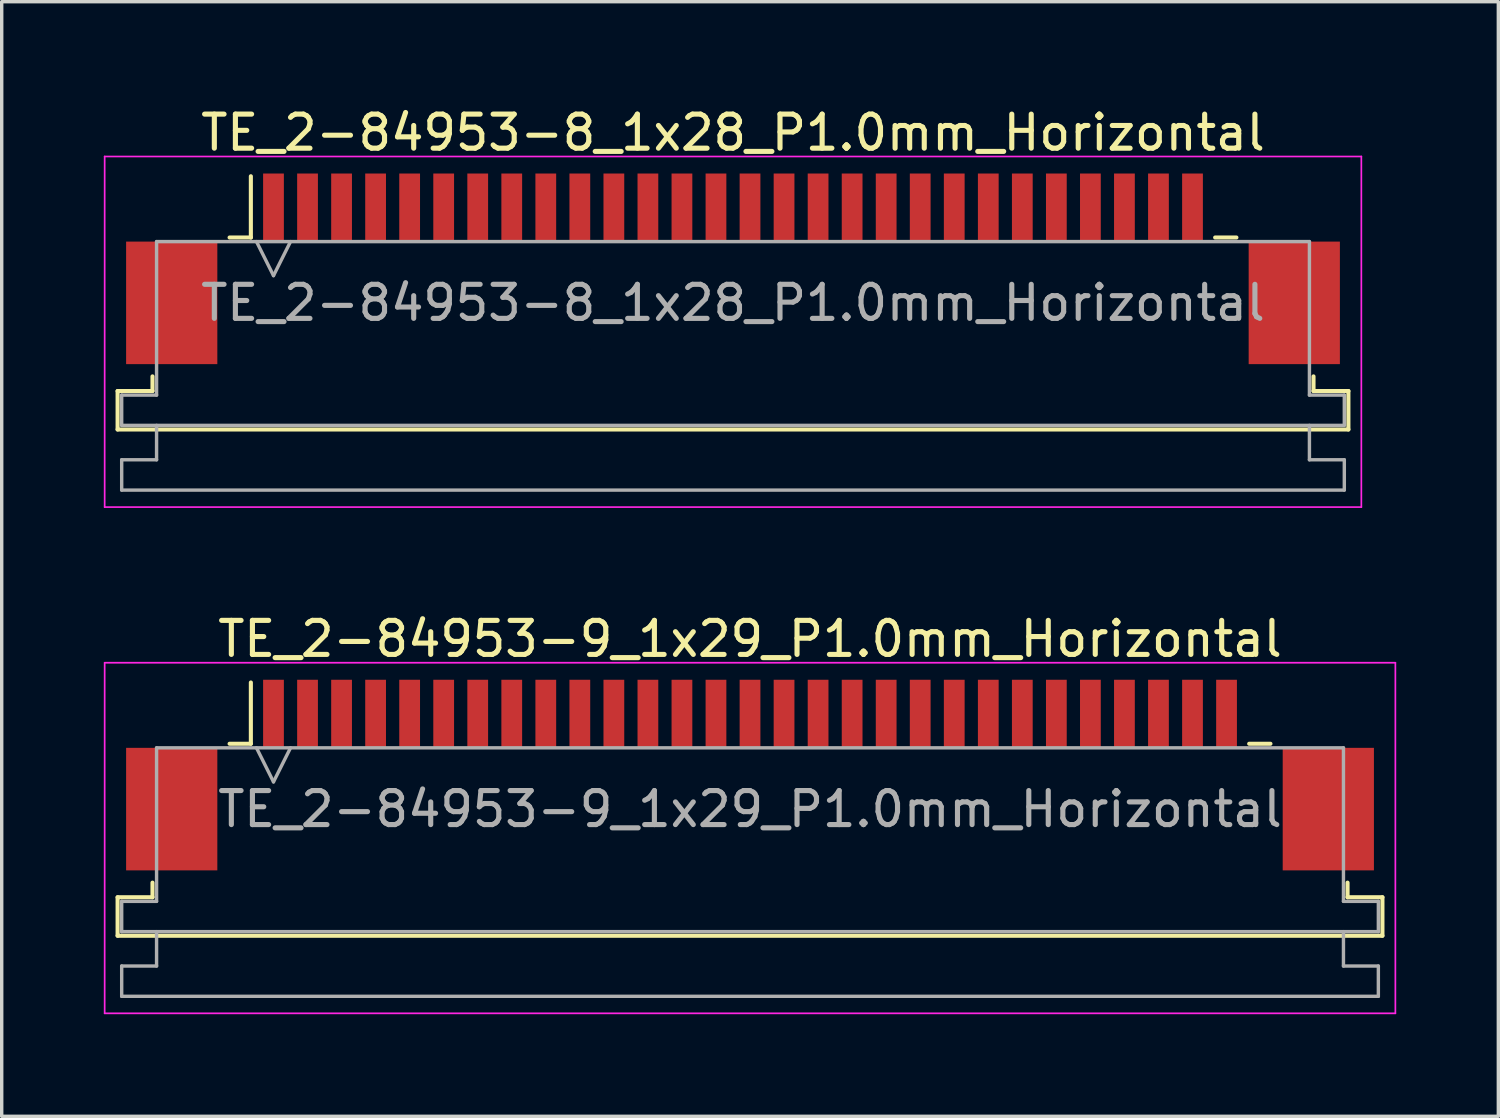
<source format=kicad_pcb>
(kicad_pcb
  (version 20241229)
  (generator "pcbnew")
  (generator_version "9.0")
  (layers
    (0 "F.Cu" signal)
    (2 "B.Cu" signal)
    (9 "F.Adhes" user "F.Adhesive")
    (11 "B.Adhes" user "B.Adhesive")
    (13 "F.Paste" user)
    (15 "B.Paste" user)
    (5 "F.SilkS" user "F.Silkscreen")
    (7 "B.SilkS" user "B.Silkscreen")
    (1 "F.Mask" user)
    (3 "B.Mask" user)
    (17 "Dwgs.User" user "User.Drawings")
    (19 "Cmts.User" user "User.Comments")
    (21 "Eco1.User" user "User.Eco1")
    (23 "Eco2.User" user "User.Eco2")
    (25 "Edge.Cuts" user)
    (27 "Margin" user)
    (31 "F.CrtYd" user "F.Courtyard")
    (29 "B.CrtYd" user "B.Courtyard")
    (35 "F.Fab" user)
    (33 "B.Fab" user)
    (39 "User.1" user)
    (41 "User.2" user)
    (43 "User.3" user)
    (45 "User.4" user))
  (footprint "TE_2-84953-8_1x28_P1.0mm_Horizontal"
    (layer "F.Cu")
    (at 18.485 4.848)
    (property "Reference" "TE_2-84953-8_1x28_P1.0mm_Horizontal" (at 0 -4 0) (layer "F.SilkS") (effects (font (size 1 1) (thickness 0.15))))
    (attr smd)
    (fp_line (start -18.08 3.59) (end -17.055 3.59) (stroke (width 0.12) (type solid)) (layer "F.SilkS"))
    (fp_line (start -18.08 4.72) (end -18.08 3.59) (stroke (width 0.12) (type solid)) (layer "F.SilkS"))
    (fp_line (start -17.055 3.59) (end -17.055 3.16) (stroke (width 0.12) (type solid)) (layer "F.SilkS"))
    (fp_line (start -14.79 -0.92) (end -14.165 -0.92) (stroke (width 0.12) (type solid)) (layer "F.SilkS"))
    (fp_line (start -14.165 -0.92) (end -14.165 -2.72) (stroke (width 0.12) (type solid)) (layer "F.SilkS"))
    (fp_line (start 14.165 -0.92) (end 14.79 -0.92) (stroke (width 0.12) (type solid)) (layer "F.SilkS"))
    (fp_line (start 17.055 3.16) (end 17.055 3.59) (stroke (width 0.12) (type solid)) (layer "F.SilkS"))
    (fp_line (start 17.055 3.59) (end 18.08 3.59) (stroke (width 0.12) (type solid)) (layer "F.SilkS"))
    (fp_line (start 18.08 3.59) (end 18.08 4.72) (stroke (width 0.12) (type solid)) (layer "F.SilkS"))
    (fp_line (start 18.08 4.72) (end -18.08 4.72) (stroke (width 0.12) (type solid)) (layer "F.SilkS"))
    (fp_line (start -18.46 -3.3) (end -18.46 7) (stroke (width 0.05) (type solid)) (layer "F.CrtYd"))
    (fp_line (start -18.46 7) (end 18.46 7) (stroke (width 0.05) (type solid)) (layer "F.CrtYd"))
    (fp_line (start 18.46 -3.3) (end -18.46 -3.3) (stroke (width 0.05) (type solid)) (layer "F.CrtYd"))
    (fp_line (start 18.46 7) (end 18.46 -3.3) (stroke (width 0.05) (type solid)) (layer "F.CrtYd"))
    (fp_line (start -17.96 3.71) (end -16.935 3.71) (stroke (width 0.1) (type solid)) (layer "F.Fab"))
    (fp_line (start -17.96 4.6) (end -17.96 3.71) (stroke (width 0.1) (type solid)) (layer "F.Fab"))
    (fp_line (start -17.96 5.61) (end -16.935 5.61) (stroke (width 0.1) (type solid)) (layer "F.Fab"))
    (fp_line (start -17.96 6.5) (end -17.96 5.61) (stroke (width 0.1) (type solid)) (layer "F.Fab"))
    (fp_line (start -16.935 -0.8) (end 16.935 -0.8) (stroke (width 0.1) (type solid)) (layer "F.Fab"))
    (fp_line (start -16.935 3.71) (end -16.935 -0.8) (stroke (width 0.1) (type solid)) (layer "F.Fab"))
    (fp_line (start -16.935 5.61) (end -16.935 4.6) (stroke (width 0.1) (type solid)) (layer "F.Fab"))
    (fp_line (start -14 -0.8) (end -13.5 0.2) (stroke (width 0.1) (type solid)) (layer "F.Fab"))
    (fp_line (start -13.5 0.2) (end -13 -0.8) (stroke (width 0.1) (type solid)) (layer "F.Fab"))
    (fp_line (start 16.935 -0.8) (end 16.935 3.71) (stroke (width 0.1) (type solid)) (layer "F.Fab"))
    (fp_line (start 16.935 3.71) (end 17.96 3.71) (stroke (width 0.1) (type solid)) (layer "F.Fab"))
    (fp_line (start 16.935 4.6) (end 16.935 5.61) (stroke (width 0.1) (type solid)) (layer "F.Fab"))
    (fp_line (start 16.935 5.61) (end 17.96 5.61) (stroke (width 0.1) (type solid)) (layer "F.Fab"))
    (fp_line (start 17.96 3.71) (end 17.96 4.6) (stroke (width 0.1) (type solid)) (layer "F.Fab"))
    (fp_line (start 17.96 4.6) (end -17.96 4.6) (stroke (width 0.1) (type solid)) (layer "F.Fab"))
    (fp_line (start 17.96 5.61) (end 17.96 6.5) (stroke (width 0.1) (type solid)) (layer "F.Fab"))
    (fp_line (start 17.96 6.5) (end -17.96 6.5) (stroke (width 0.1) (type solid)) (layer "F.Fab"))
    (fp_text user "${REFERENCE}" (at 0 1 0) (layer "F.Fab") (effects (font (size 1 1) (thickness 0.15))))
    (pad "" smd rect (at -16.49 1) (size 2.68 3.6) (layers "F.Cu" "F.Mask" "F.Paste"))
    (pad "" smd rect (at 16.49 1) (size 2.68 3.6) (layers "F.Cu" "F.Mask" "F.Paste"))
    (pad "1" smd rect (at -13.5 -1.8) (size 0.61 2) (layers "F.Cu" "F.Mask" "F.Paste"))
    (pad "2" smd rect (at -12.5 -1.8) (size 0.61 2) (layers "F.Cu" "F.Mask" "F.Paste"))
    (pad "3" smd rect (at -11.5 -1.8) (size 0.61 2) (layers "F.Cu" "F.Mask" "F.Paste"))
    (pad "4" smd rect (at -10.5 -1.8) (size 0.61 2) (layers "F.Cu" "F.Mask" "F.Paste"))
    (pad "5" smd rect (at -9.5 -1.8) (size 0.61 2) (layers "F.Cu" "F.Mask" "F.Paste"))
    (pad "6" smd rect (at -8.5 -1.8) (size 0.61 2) (layers "F.Cu" "F.Mask" "F.Paste"))
    (pad "7" smd rect (at -7.5 -1.8) (size 0.61 2) (layers "F.Cu" "F.Mask" "F.Paste"))
    (pad "8" smd rect (at -6.5 -1.8) (size 0.61 2) (layers "F.Cu" "F.Mask" "F.Paste"))
    (pad "9" smd rect (at -5.5 -1.8) (size 0.61 2) (layers "F.Cu" "F.Mask" "F.Paste"))
    (pad "10" smd rect (at -4.5 -1.8) (size 0.61 2) (layers "F.Cu" "F.Mask" "F.Paste"))
    (pad "11" smd rect (at -3.5 -1.8) (size 0.61 2) (layers "F.Cu" "F.Mask" "F.Paste"))
    (pad "12" smd rect (at -2.5 -1.8) (size 0.61 2) (layers "F.Cu" "F.Mask" "F.Paste"))
    (pad "13" smd rect (at -1.5 -1.8) (size 0.61 2) (layers "F.Cu" "F.Mask" "F.Paste"))
    (pad "14" smd rect (at -0.5 -1.8) (size 0.61 2) (layers "F.Cu" "F.Mask" "F.Paste"))
    (pad "15" smd rect (at 0.5 -1.8) (size 0.61 2) (layers "F.Cu" "F.Mask" "F.Paste"))
    (pad "16" smd rect (at 1.5 -1.8) (size 0.61 2) (layers "F.Cu" "F.Mask" "F.Paste"))
    (pad "17" smd rect (at 2.5 -1.8) (size 0.61 2) (layers "F.Cu" "F.Mask" "F.Paste"))
    (pad "18" smd rect (at 3.5 -1.8) (size 0.61 2) (layers "F.Cu" "F.Mask" "F.Paste"))
    (pad "19" smd rect (at 4.5 -1.8) (size 0.61 2) (layers "F.Cu" "F.Mask" "F.Paste"))
    (pad "20" smd rect (at 5.5 -1.8) (size 0.61 2) (layers "F.Cu" "F.Mask" "F.Paste"))
    (pad "21" smd rect (at 6.5 -1.8) (size 0.61 2) (layers "F.Cu" "F.Mask" "F.Paste"))
    (pad "22" smd rect (at 7.5 -1.8) (size 0.61 2) (layers "F.Cu" "F.Mask" "F.Paste"))
    (pad "23" smd rect (at 8.5 -1.8) (size 0.61 2) (layers "F.Cu" "F.Mask" "F.Paste"))
    (pad "24" smd rect (at 9.5 -1.8) (size 0.61 2) (layers "F.Cu" "F.Mask" "F.Paste"))
    (pad "25" smd rect (at 10.5 -1.8) (size 0.61 2) (layers "F.Cu" "F.Mask" "F.Paste"))
    (pad "26" smd rect (at 11.5 -1.8) (size 0.61 2) (layers "F.Cu" "F.Mask" "F.Paste"))
    (pad "27" smd rect (at 12.5 -1.8) (size 0.61 2) (layers "F.Cu" "F.Mask" "F.Paste"))
    (pad "28" smd rect (at 13.5 -1.8) (size 0.61 2) (layers "F.Cu" "F.Mask" "F.Paste")))
  (footprint "TE_2-84953-9_1x29_P1.0mm_Horizontal"
    (layer "F.Cu")
    (at 18.985 19.721)
    (property "Reference" "TE_2-84953-9_1x29_P1.0mm_Horizontal" (at 0 -4 0) (layer "F.SilkS") (effects (font (size 1 1) (thickness 0.15))))
    (attr smd)
    (fp_line (start -18.58 3.59) (end -17.555 3.59) (stroke (width 0.12) (type solid)) (layer "F.SilkS"))
    (fp_line (start -18.58 4.72) (end -18.58 3.59) (stroke (width 0.12) (type solid)) (layer "F.SilkS"))
    (fp_line (start -17.555 3.59) (end -17.555 3.16) (stroke (width 0.12) (type solid)) (layer "F.SilkS"))
    (fp_line (start -15.29 -0.92) (end -14.665 -0.92) (stroke (width 0.12) (type solid)) (layer "F.SilkS"))
    (fp_line (start -14.665 -0.92) (end -14.665 -2.72) (stroke (width 0.12) (type solid)) (layer "F.SilkS"))
    (fp_line (start 14.665 -0.92) (end 15.29 -0.92) (stroke (width 0.12) (type solid)) (layer "F.SilkS"))
    (fp_line (start 17.555 3.16) (end 17.555 3.59) (stroke (width 0.12) (type solid)) (layer "F.SilkS"))
    (fp_line (start 17.555 3.59) (end 18.58 3.59) (stroke (width 0.12) (type solid)) (layer "F.SilkS"))
    (fp_line (start 18.58 3.59) (end 18.58 4.72) (stroke (width 0.12) (type solid)) (layer "F.SilkS"))
    (fp_line (start 18.58 4.72) (end -18.58 4.72) (stroke (width 0.12) (type solid)) (layer "F.SilkS"))
    (fp_line (start -18.96 -3.3) (end -18.96 7) (stroke (width 0.05) (type solid)) (layer "F.CrtYd"))
    (fp_line (start -18.96 7) (end 18.96 7) (stroke (width 0.05) (type solid)) (layer "F.CrtYd"))
    (fp_line (start 18.96 -3.3) (end -18.96 -3.3) (stroke (width 0.05) (type solid)) (layer "F.CrtYd"))
    (fp_line (start 18.96 7) (end 18.96 -3.3) (stroke (width 0.05) (type solid)) (layer "F.CrtYd"))
    (fp_line (start -18.46 3.71) (end -17.435 3.71) (stroke (width 0.1) (type solid)) (layer "F.Fab"))
    (fp_line (start -18.46 4.6) (end -18.46 3.71) (stroke (width 0.1) (type solid)) (layer "F.Fab"))
    (fp_line (start -18.46 5.61) (end -17.435 5.61) (stroke (width 0.1) (type solid)) (layer "F.Fab"))
    (fp_line (start -18.46 6.5) (end -18.46 5.61) (stroke (width 0.1) (type solid)) (layer "F.Fab"))
    (fp_line (start -17.435 -0.8) (end 17.435 -0.8) (stroke (width 0.1) (type solid)) (layer "F.Fab"))
    (fp_line (start -17.435 3.71) (end -17.435 -0.8) (stroke (width 0.1) (type solid)) (layer "F.Fab"))
    (fp_line (start -17.435 5.61) (end -17.435 4.6) (stroke (width 0.1) (type solid)) (layer "F.Fab"))
    (fp_line (start -14.5 -0.8) (end -14 0.2) (stroke (width 0.1) (type solid)) (layer "F.Fab"))
    (fp_line (start -14 0.2) (end -13.5 -0.8) (stroke (width 0.1) (type solid)) (layer "F.Fab"))
    (fp_line (start 17.435 -0.8) (end 17.435 3.71) (stroke (width 0.1) (type solid)) (layer "F.Fab"))
    (fp_line (start 17.435 3.71) (end 18.46 3.71) (stroke (width 0.1) (type solid)) (layer "F.Fab"))
    (fp_line (start 17.435 4.6) (end 17.435 5.61) (stroke (width 0.1) (type solid)) (layer "F.Fab"))
    (fp_line (start 17.435 5.61) (end 18.46 5.61) (stroke (width 0.1) (type solid)) (layer "F.Fab"))
    (fp_line (start 18.46 3.71) (end 18.46 4.6) (stroke (width 0.1) (type solid)) (layer "F.Fab"))
    (fp_line (start 18.46 4.6) (end -18.46 4.6) (stroke (width 0.1) (type solid)) (layer "F.Fab"))
    (fp_line (start 18.46 5.61) (end 18.46 6.5) (stroke (width 0.1) (type solid)) (layer "F.Fab"))
    (fp_line (start 18.46 6.5) (end -18.46 6.5) (stroke (width 0.1) (type solid)) (layer "F.Fab"))
    (fp_text user "${REFERENCE}" (at 0 1 0) (layer "F.Fab") (effects (font (size 1 1) (thickness 0.15))))
    (pad "" smd rect (at -16.99 1) (size 2.68 3.6) (layers "F.Cu" "F.Mask" "F.Paste"))
    (pad "" smd rect (at 16.99 1) (size 2.68 3.6) (layers "F.Cu" "F.Mask" "F.Paste"))
    (pad "1" smd rect (at -14 -1.8) (size 0.61 2) (layers "F.Cu" "F.Mask" "F.Paste"))
    (pad "2" smd rect (at -13 -1.8) (size 0.61 2) (layers "F.Cu" "F.Mask" "F.Paste"))
    (pad "3" smd rect (at -12 -1.8) (size 0.61 2) (layers "F.Cu" "F.Mask" "F.Paste"))
    (pad "4" smd rect (at -11 -1.8) (size 0.61 2) (layers "F.Cu" "F.Mask" "F.Paste"))
    (pad "5" smd rect (at -10 -1.8) (size 0.61 2) (layers "F.Cu" "F.Mask" "F.Paste"))
    (pad "6" smd rect (at -9 -1.8) (size 0.61 2) (layers "F.Cu" "F.Mask" "F.Paste"))
    (pad "7" smd rect (at -8 -1.8) (size 0.61 2) (layers "F.Cu" "F.Mask" "F.Paste"))
    (pad "8" smd rect (at -7 -1.8) (size 0.61 2) (layers "F.Cu" "F.Mask" "F.Paste"))
    (pad "9" smd rect (at -6 -1.8) (size 0.61 2) (layers "F.Cu" "F.Mask" "F.Paste"))
    (pad "10" smd rect (at -5 -1.8) (size 0.61 2) (layers "F.Cu" "F.Mask" "F.Paste"))
    (pad "11" smd rect (at -4 -1.8) (size 0.61 2) (layers "F.Cu" "F.Mask" "F.Paste"))
    (pad "12" smd rect (at -3 -1.8) (size 0.61 2) (layers "F.Cu" "F.Mask" "F.Paste"))
    (pad "13" smd rect (at -2 -1.8) (size 0.61 2) (layers "F.Cu" "F.Mask" "F.Paste"))
    (pad "14" smd rect (at -1 -1.8) (size 0.61 2) (layers "F.Cu" "F.Mask" "F.Paste"))
    (pad "15" smd rect (at 0 -1.8) (size 0.61 2) (layers "F.Cu" "F.Mask" "F.Paste"))
    (pad "16" smd rect (at 1 -1.8) (size 0.61 2) (layers "F.Cu" "F.Mask" "F.Paste"))
    (pad "17" smd rect (at 2 -1.8) (size 0.61 2) (layers "F.Cu" "F.Mask" "F.Paste"))
    (pad "18" smd rect (at 3 -1.8) (size 0.61 2) (layers "F.Cu" "F.Mask" "F.Paste"))
    (pad "19" smd rect (at 4 -1.8) (size 0.61 2) (layers "F.Cu" "F.Mask" "F.Paste"))
    (pad "20" smd rect (at 5 -1.8) (size 0.61 2) (layers "F.Cu" "F.Mask" "F.Paste"))
    (pad "21" smd rect (at 6 -1.8) (size 0.61 2) (layers "F.Cu" "F.Mask" "F.Paste"))
    (pad "22" smd rect (at 7 -1.8) (size 0.61 2) (layers "F.Cu" "F.Mask" "F.Paste"))
    (pad "23" smd rect (at 8 -1.8) (size 0.61 2) (layers "F.Cu" "F.Mask" "F.Paste"))
    (pad "24" smd rect (at 9 -1.8) (size 0.61 2) (layers "F.Cu" "F.Mask" "F.Paste"))
    (pad "25" smd rect (at 10 -1.8) (size 0.61 2) (layers "F.Cu" "F.Mask" "F.Paste"))
    (pad "26" smd rect (at 11 -1.8) (size 0.61 2) (layers "F.Cu" "F.Mask" "F.Paste"))
    (pad "27" smd rect (at 12 -1.8) (size 0.61 2) (layers "F.Cu" "F.Mask" "F.Paste"))
    (pad "28" smd rect (at 13 -1.8) (size 0.61 2) (layers "F.Cu" "F.Mask" "F.Paste"))
    (pad "29" smd rect (at 14 -1.8) (size 0.61 2) (layers "F.Cu" "F.Mask" "F.Paste")))
  (gr_rect
    (start -3 -3)
    (end 40.97 29.747)
    (stroke (width 0.1) (type default))
    (fill no)
    (layer "Edge.Cuts")))
</source>
